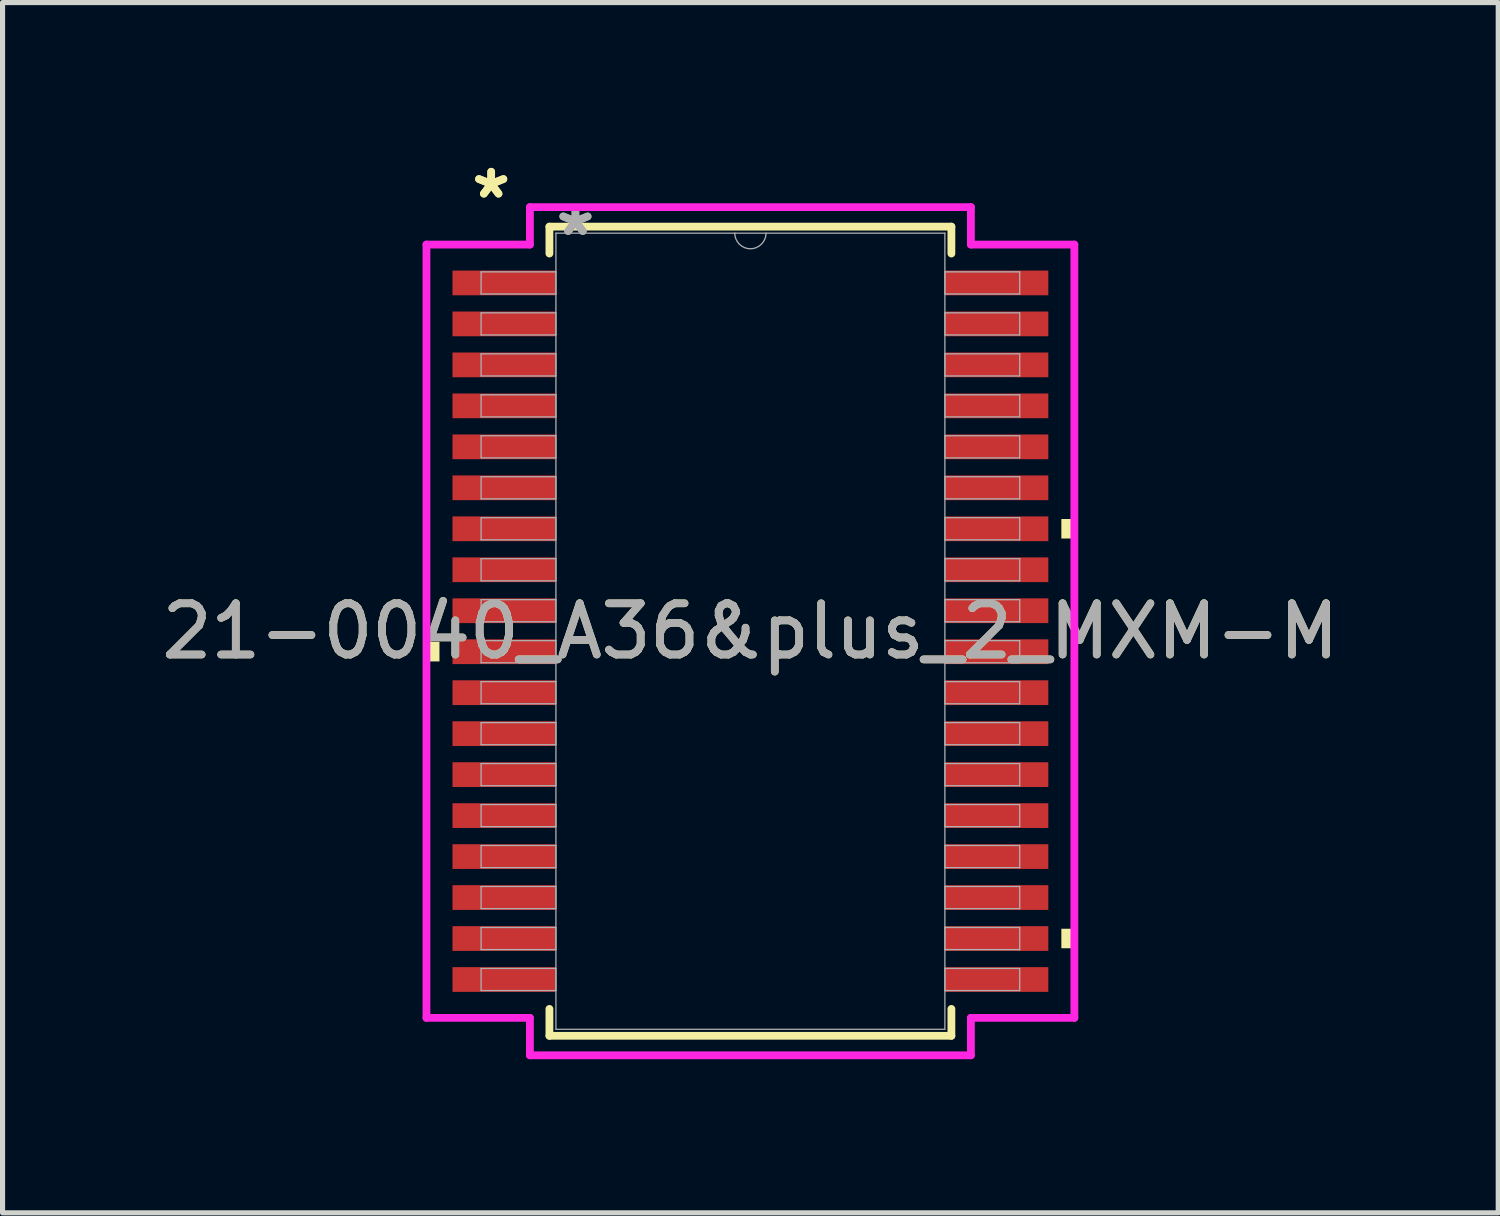
<source format=kicad_pcb>
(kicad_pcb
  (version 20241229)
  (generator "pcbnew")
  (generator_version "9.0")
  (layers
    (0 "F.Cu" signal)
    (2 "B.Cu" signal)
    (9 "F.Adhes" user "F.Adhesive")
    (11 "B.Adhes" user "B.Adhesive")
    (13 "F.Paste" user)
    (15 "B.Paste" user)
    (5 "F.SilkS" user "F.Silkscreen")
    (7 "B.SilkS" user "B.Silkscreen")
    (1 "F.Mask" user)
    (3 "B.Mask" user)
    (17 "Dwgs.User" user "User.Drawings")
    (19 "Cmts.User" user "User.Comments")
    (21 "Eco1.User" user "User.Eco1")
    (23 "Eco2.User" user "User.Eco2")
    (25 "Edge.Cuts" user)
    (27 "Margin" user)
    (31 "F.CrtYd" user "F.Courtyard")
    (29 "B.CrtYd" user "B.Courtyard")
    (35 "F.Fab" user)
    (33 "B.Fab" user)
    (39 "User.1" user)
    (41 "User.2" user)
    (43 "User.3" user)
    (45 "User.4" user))
  (footprint "21-0040_A36&plus_2_MXM-M"
    (layer "F.Cu")
    (at 11.601 9.274)
    (property "Reference" "21-0040_A36&plus_2_MXM-M" (at 0 0 0) (unlocked yes) (layer "F.SilkS") (effects (font (size 1 1) (thickness 0.15))))
    (attr smd)
    (fp_line (start -3.924 -7.899) (end -3.924 -7.374) (stroke (width 0.152) (type solid)) (layer "F.SilkS"))
    (fp_line (start -3.924 7.374) (end -3.924 7.899) (stroke (width 0.152) (type solid)) (layer "F.SilkS"))
    (fp_line (start -3.924 7.899) (end 3.924 7.899) (stroke (width 0.152) (type solid)) (layer "F.SilkS"))
    (fp_line (start 3.924 -7.899) (end -3.924 -7.899) (stroke (width 0.152) (type solid)) (layer "F.SilkS"))
    (fp_line (start 3.924 -7.374) (end 3.924 -7.899) (stroke (width 0.152) (type solid)) (layer "F.SilkS"))
    (fp_line (start 3.924 7.899) (end 3.924 7.374) (stroke (width 0.152) (type solid)) (layer "F.SilkS"))
    (fp_poly (pts (xy -6.325 0.209) (xy -6.325 0.59) (xy -6.071 0.59) (xy -6.071 0.209)) (stroke (width 0) (type solid)) (fill yes) (layer "F.SilkS"))
    (fp_poly (pts (xy 6.325 -2.191) (xy 6.325 -1.81) (xy 6.071 -1.81) (xy 6.071 -2.191)) (stroke (width 0) (type solid)) (fill yes) (layer "F.SilkS"))
    (fp_poly (pts (xy 6.325 5.809) (xy 6.325 6.19) (xy 6.071 6.19) (xy 6.071 5.809)) (stroke (width 0) (type solid)) (fill yes) (layer "F.SilkS"))
    (fp_line (start -6.325 -7.549) (end -4.305 -7.549) (stroke (width 0.152) (type solid)) (layer "F.CrtYd"))
    (fp_line (start -6.325 7.549) (end -6.325 -7.549) (stroke (width 0.152) (type solid)) (layer "F.CrtYd"))
    (fp_line (start -6.325 7.549) (end -4.305 7.549) (stroke (width 0.152) (type solid)) (layer "F.CrtYd"))
    (fp_line (start -4.305 -8.28) (end 4.305 -8.28) (stroke (width 0.152) (type solid)) (layer "F.CrtYd"))
    (fp_line (start -4.305 -7.549) (end -4.305 -8.28) (stroke (width 0.152) (type solid)) (layer "F.CrtYd"))
    (fp_line (start -4.305 8.28) (end -4.305 7.549) (stroke (width 0.152) (type solid)) (layer "F.CrtYd"))
    (fp_line (start 4.305 -8.28) (end 4.305 -7.549) (stroke (width 0.152) (type solid)) (layer "F.CrtYd"))
    (fp_line (start 4.305 7.549) (end 4.305 8.28) (stroke (width 0.152) (type solid)) (layer "F.CrtYd"))
    (fp_line (start 4.305 8.28) (end -4.305 8.28) (stroke (width 0.152) (type solid)) (layer "F.CrtYd"))
    (fp_line (start 6.325 -7.549) (end 4.305 -7.549) (stroke (width 0.152) (type solid)) (layer "F.CrtYd"))
    (fp_line (start 6.325 -7.549) (end 6.325 7.549) (stroke (width 0.152) (type solid)) (layer "F.CrtYd"))
    (fp_line (start 6.325 7.549) (end 4.305 7.549) (stroke (width 0.152) (type solid)) (layer "F.CrtYd"))
    (fp_line (start -5.258 -7.016) (end -5.258 -6.584) (stroke (width 0.025) (type solid)) (layer "F.Fab"))
    (fp_line (start -5.258 -6.584) (end -3.797 -6.584) (stroke (width 0.025) (type solid)) (layer "F.Fab"))
    (fp_line (start -5.258 -6.216) (end -5.258 -5.784) (stroke (width 0.025) (type solid)) (layer "F.Fab"))
    (fp_line (start -5.258 -5.784) (end -3.797 -5.784) (stroke (width 0.025) (type solid)) (layer "F.Fab"))
    (fp_line (start -5.258 -5.416) (end -5.258 -4.984) (stroke (width 0.025) (type solid)) (layer "F.Fab"))
    (fp_line (start -5.258 -4.984) (end -3.797 -4.984) (stroke (width 0.025) (type solid)) (layer "F.Fab"))
    (fp_line (start -5.258 -4.616) (end -5.258 -4.184) (stroke (width 0.025) (type solid)) (layer "F.Fab"))
    (fp_line (start -5.258 -4.184) (end -3.797 -4.184) (stroke (width 0.025) (type solid)) (layer "F.Fab"))
    (fp_line (start -5.258 -3.816) (end -5.258 -3.384) (stroke (width 0.025) (type solid)) (layer "F.Fab"))
    (fp_line (start -5.258 -3.384) (end -3.797 -3.384) (stroke (width 0.025) (type solid)) (layer "F.Fab"))
    (fp_line (start -5.258 -3.016) (end -5.258 -2.584) (stroke (width 0.025) (type solid)) (layer "F.Fab"))
    (fp_line (start -5.258 -2.584) (end -3.797 -2.584) (stroke (width 0.025) (type solid)) (layer "F.Fab"))
    (fp_line (start -5.258 -2.216) (end -5.258 -1.784) (stroke (width 0.025) (type solid)) (layer "F.Fab"))
    (fp_line (start -5.258 -1.784) (end -3.797 -1.784) (stroke (width 0.025) (type solid)) (layer "F.Fab"))
    (fp_line (start -5.258 -1.416) (end -5.258 -0.984) (stroke (width 0.025) (type solid)) (layer "F.Fab"))
    (fp_line (start -5.258 -0.984) (end -3.797 -0.984) (stroke (width 0.025) (type solid)) (layer "F.Fab"))
    (fp_line (start -5.258 -0.616) (end -5.258 -0.184) (stroke (width 0.025) (type solid)) (layer "F.Fab"))
    (fp_line (start -5.258 -0.184) (end -3.797 -0.184) (stroke (width 0.025) (type solid)) (layer "F.Fab"))
    (fp_line (start -5.258 0.184) (end -5.258 0.616) (stroke (width 0.025) (type solid)) (layer "F.Fab"))
    (fp_line (start -5.258 0.616) (end -3.797 0.616) (stroke (width 0.025) (type solid)) (layer "F.Fab"))
    (fp_line (start -5.258 0.984) (end -5.258 1.416) (stroke (width 0.025) (type solid)) (layer "F.Fab"))
    (fp_line (start -5.258 1.416) (end -3.797 1.416) (stroke (width 0.025) (type solid)) (layer "F.Fab"))
    (fp_line (start -5.258 1.784) (end -5.258 2.216) (stroke (width 0.025) (type solid)) (layer "F.Fab"))
    (fp_line (start -5.258 2.216) (end -3.797 2.216) (stroke (width 0.025) (type solid)) (layer "F.Fab"))
    (fp_line (start -5.258 2.584) (end -5.258 3.016) (stroke (width 0.025) (type solid)) (layer "F.Fab"))
    (fp_line (start -5.258 3.016) (end -3.797 3.016) (stroke (width 0.025) (type solid)) (layer "F.Fab"))
    (fp_line (start -5.258 3.384) (end -5.258 3.816) (stroke (width 0.025) (type solid)) (layer "F.Fab"))
    (fp_line (start -5.258 3.816) (end -3.797 3.816) (stroke (width 0.025) (type solid)) (layer "F.Fab"))
    (fp_line (start -5.258 4.184) (end -5.258 4.616) (stroke (width 0.025) (type solid)) (layer "F.Fab"))
    (fp_line (start -5.258 4.616) (end -3.797 4.616) (stroke (width 0.025) (type solid)) (layer "F.Fab"))
    (fp_line (start -5.258 4.984) (end -5.258 5.416) (stroke (width 0.025) (type solid)) (layer "F.Fab"))
    (fp_line (start -5.258 5.416) (end -3.797 5.416) (stroke (width 0.025) (type solid)) (layer "F.Fab"))
    (fp_line (start -5.258 5.784) (end -5.258 6.216) (stroke (width 0.025) (type solid)) (layer "F.Fab"))
    (fp_line (start -5.258 6.216) (end -3.797 6.216) (stroke (width 0.025) (type solid)) (layer "F.Fab"))
    (fp_line (start -5.258 6.584) (end -5.258 7.016) (stroke (width 0.025) (type solid)) (layer "F.Fab"))
    (fp_line (start -5.258 7.016) (end -3.797 7.016) (stroke (width 0.025) (type solid)) (layer "F.Fab"))
    (fp_line (start -3.797 -7.772) (end -3.797 7.772) (stroke (width 0.025) (type solid)) (layer "F.Fab"))
    (fp_line (start -3.797 -7.016) (end -5.258 -7.016) (stroke (width 0.025) (type solid)) (layer "F.Fab"))
    (fp_line (start -3.797 -6.584) (end -3.797 -7.016) (stroke (width 0.025) (type solid)) (layer "F.Fab"))
    (fp_line (start -3.797 -6.216) (end -5.258 -6.216) (stroke (width 0.025) (type solid)) (layer "F.Fab"))
    (fp_line (start -3.797 -5.784) (end -3.797 -6.216) (stroke (width 0.025) (type solid)) (layer "F.Fab"))
    (fp_line (start -3.797 -5.416) (end -5.258 -5.416) (stroke (width 0.025) (type solid)) (layer "F.Fab"))
    (fp_line (start -3.797 -4.984) (end -3.797 -5.416) (stroke (width 0.025) (type solid)) (layer "F.Fab"))
    (fp_line (start -3.797 -4.616) (end -5.258 -4.616) (stroke (width 0.025) (type solid)) (layer "F.Fab"))
    (fp_line (start -3.797 -4.184) (end -3.797 -4.616) (stroke (width 0.025) (type solid)) (layer "F.Fab"))
    (fp_line (start -3.797 -3.816) (end -5.258 -3.816) (stroke (width 0.025) (type solid)) (layer "F.Fab"))
    (fp_line (start -3.797 -3.384) (end -3.797 -3.816) (stroke (width 0.025) (type solid)) (layer "F.Fab"))
    (fp_line (start -3.797 -3.016) (end -5.258 -3.016) (stroke (width 0.025) (type solid)) (layer "F.Fab"))
    (fp_line (start -3.797 -2.584) (end -3.797 -3.016) (stroke (width 0.025) (type solid)) (layer "F.Fab"))
    (fp_line (start -3.797 -2.216) (end -5.258 -2.216) (stroke (width 0.025) (type solid)) (layer "F.Fab"))
    (fp_line (start -3.797 -1.784) (end -3.797 -2.216) (stroke (width 0.025) (type solid)) (layer "F.Fab"))
    (fp_line (start -3.797 -1.416) (end -5.258 -1.416) (stroke (width 0.025) (type solid)) (layer "F.Fab"))
    (fp_line (start -3.797 -0.984) (end -3.797 -1.416) (stroke (width 0.025) (type solid)) (layer "F.Fab"))
    (fp_line (start -3.797 -0.616) (end -5.258 -0.616) (stroke (width 0.025) (type solid)) (layer "F.Fab"))
    (fp_line (start -3.797 -0.184) (end -3.797 -0.616) (stroke (width 0.025) (type solid)) (layer "F.Fab"))
    (fp_line (start -3.797 0.184) (end -5.258 0.184) (stroke (width 0.025) (type solid)) (layer "F.Fab"))
    (fp_line (start -3.797 0.616) (end -3.797 0.184) (stroke (width 0.025) (type solid)) (layer "F.Fab"))
    (fp_line (start -3.797 0.984) (end -5.258 0.984) (stroke (width 0.025) (type solid)) (layer "F.Fab"))
    (fp_line (start -3.797 1.416) (end -3.797 0.984) (stroke (width 0.025) (type solid)) (layer "F.Fab"))
    (fp_line (start -3.797 1.784) (end -5.258 1.784) (stroke (width 0.025) (type solid)) (layer "F.Fab"))
    (fp_line (start -3.797 2.216) (end -3.797 1.784) (stroke (width 0.025) (type solid)) (layer "F.Fab"))
    (fp_line (start -3.797 2.584) (end -5.258 2.584) (stroke (width 0.025) (type solid)) (layer "F.Fab"))
    (fp_line (start -3.797 3.016) (end -3.797 2.584) (stroke (width 0.025) (type solid)) (layer "F.Fab"))
    (fp_line (start -3.797 3.384) (end -5.258 3.384) (stroke (width 0.025) (type solid)) (layer "F.Fab"))
    (fp_line (start -3.797 3.816) (end -3.797 3.384) (stroke (width 0.025) (type solid)) (layer "F.Fab"))
    (fp_line (start -3.797 4.184) (end -5.258 4.184) (stroke (width 0.025) (type solid)) (layer "F.Fab"))
    (fp_line (start -3.797 4.616) (end -3.797 4.184) (stroke (width 0.025) (type solid)) (layer "F.Fab"))
    (fp_line (start -3.797 4.984) (end -5.258 4.984) (stroke (width 0.025) (type solid)) (layer "F.Fab"))
    (fp_line (start -3.797 5.416) (end -3.797 4.984) (stroke (width 0.025) (type solid)) (layer "F.Fab"))
    (fp_line (start -3.797 5.784) (end -5.258 5.784) (stroke (width 0.025) (type solid)) (layer "F.Fab"))
    (fp_line (start -3.797 6.216) (end -3.797 5.784) (stroke (width 0.025) (type solid)) (layer "F.Fab"))
    (fp_line (start -3.797 6.584) (end -5.258 6.584) (stroke (width 0.025) (type solid)) (layer "F.Fab"))
    (fp_line (start -3.797 7.016) (end -3.797 6.584) (stroke (width 0.025) (type solid)) (layer "F.Fab"))
    (fp_line (start -3.797 7.772) (end 3.797 7.772) (stroke (width 0.025) (type solid)) (layer "F.Fab"))
    (fp_line (start 3.797 -7.772) (end -3.797 -7.772) (stroke (width 0.025) (type solid)) (layer "F.Fab"))
    (fp_line (start 3.797 -7.016) (end 3.797 -6.584) (stroke (width 0.025) (type solid)) (layer "F.Fab"))
    (fp_line (start 3.797 -6.584) (end 5.258 -6.584) (stroke (width 0.025) (type solid)) (layer "F.Fab"))
    (fp_line (start 3.797 -6.216) (end 3.797 -5.784) (stroke (width 0.025) (type solid)) (layer "F.Fab"))
    (fp_line (start 3.797 -5.784) (end 5.258 -5.784) (stroke (width 0.025) (type solid)) (layer "F.Fab"))
    (fp_line (start 3.797 -5.416) (end 3.797 -4.984) (stroke (width 0.025) (type solid)) (layer "F.Fab"))
    (fp_line (start 3.797 -4.984) (end 5.258 -4.984) (stroke (width 0.025) (type solid)) (layer "F.Fab"))
    (fp_line (start 3.797 -4.616) (end 3.797 -4.184) (stroke (width 0.025) (type solid)) (layer "F.Fab"))
    (fp_line (start 3.797 -4.184) (end 5.258 -4.184) (stroke (width 0.025) (type solid)) (layer "F.Fab"))
    (fp_line (start 3.797 -3.816) (end 3.797 -3.384) (stroke (width 0.025) (type solid)) (layer "F.Fab"))
    (fp_line (start 3.797 -3.384) (end 5.258 -3.384) (stroke (width 0.025) (type solid)) (layer "F.Fab"))
    (fp_line (start 3.797 -3.016) (end 3.797 -2.584) (stroke (width 0.025) (type solid)) (layer "F.Fab"))
    (fp_line (start 3.797 -2.584) (end 5.258 -2.584) (stroke (width 0.025) (type solid)) (layer "F.Fab"))
    (fp_line (start 3.797 -2.216) (end 3.797 -1.784) (stroke (width 0.025) (type solid)) (layer "F.Fab"))
    (fp_line (start 3.797 -1.784) (end 5.258 -1.784) (stroke (width 0.025) (type solid)) (layer "F.Fab"))
    (fp_line (start 3.797 -1.416) (end 3.797 -0.984) (stroke (width 0.025) (type solid)) (layer "F.Fab"))
    (fp_line (start 3.797 -0.984) (end 5.258 -0.984) (stroke (width 0.025) (type solid)) (layer "F.Fab"))
    (fp_line (start 3.797 -0.616) (end 3.797 -0.184) (stroke (width 0.025) (type solid)) (layer "F.Fab"))
    (fp_line (start 3.797 -0.184) (end 5.258 -0.184) (stroke (width 0.025) (type solid)) (layer "F.Fab"))
    (fp_line (start 3.797 0.184) (end 3.797 0.616) (stroke (width 0.025) (type solid)) (layer "F.Fab"))
    (fp_line (start 3.797 0.616) (end 5.258 0.616) (stroke (width 0.025) (type solid)) (layer "F.Fab"))
    (fp_line (start 3.797 0.984) (end 3.797 1.416) (stroke (width 0.025) (type solid)) (layer "F.Fab"))
    (fp_line (start 3.797 1.416) (end 5.258 1.416) (stroke (width 0.025) (type solid)) (layer "F.Fab"))
    (fp_line (start 3.797 1.784) (end 3.797 2.216) (stroke (width 0.025) (type solid)) (layer "F.Fab"))
    (fp_line (start 3.797 2.216) (end 5.258 2.216) (stroke (width 0.025) (type solid)) (layer "F.Fab"))
    (fp_line (start 3.797 2.584) (end 3.797 3.016) (stroke (width 0.025) (type solid)) (layer "F.Fab"))
    (fp_line (start 3.797 3.016) (end 5.258 3.016) (stroke (width 0.025) (type solid)) (layer "F.Fab"))
    (fp_line (start 3.797 3.384) (end 3.797 3.816) (stroke (width 0.025) (type solid)) (layer "F.Fab"))
    (fp_line (start 3.797 3.816) (end 5.258 3.816) (stroke (width 0.025) (type solid)) (layer "F.Fab"))
    (fp_line (start 3.797 4.184) (end 3.797 4.616) (stroke (width 0.025) (type solid)) (layer "F.Fab"))
    (fp_line (start 3.797 4.616) (end 5.258 4.616) (stroke (width 0.025) (type solid)) (layer "F.Fab"))
    (fp_line (start 3.797 4.984) (end 3.797 5.416) (stroke (width 0.025) (type solid)) (layer "F.Fab"))
    (fp_line (start 3.797 5.416) (end 5.258 5.416) (stroke (width 0.025) (type solid)) (layer "F.Fab"))
    (fp_line (start 3.797 5.784) (end 3.797 6.216) (stroke (width 0.025) (type solid)) (layer "F.Fab"))
    (fp_line (start 3.797 6.216) (end 5.258 6.216) (stroke (width 0.025) (type solid)) (layer "F.Fab"))
    (fp_line (start 3.797 6.584) (end 3.797 7.016) (stroke (width 0.025) (type solid)) (layer "F.Fab"))
    (fp_line (start 3.797 7.016) (end 5.258 7.016) (stroke (width 0.025) (type solid)) (layer "F.Fab"))
    (fp_line (start 3.797 7.772) (end 3.797 -7.772) (stroke (width 0.025) (type solid)) (layer "F.Fab"))
    (fp_line (start 5.258 -7.016) (end 3.797 -7.016) (stroke (width 0.025) (type solid)) (layer "F.Fab"))
    (fp_line (start 5.258 -6.584) (end 5.258 -7.016) (stroke (width 0.025) (type solid)) (layer "F.Fab"))
    (fp_line (start 5.258 -6.216) (end 3.797 -6.216) (stroke (width 0.025) (type solid)) (layer "F.Fab"))
    (fp_line (start 5.258 -5.784) (end 5.258 -6.216) (stroke (width 0.025) (type solid)) (layer "F.Fab"))
    (fp_line (start 5.258 -5.416) (end 3.797 -5.416) (stroke (width 0.025) (type solid)) (layer "F.Fab"))
    (fp_line (start 5.258 -4.984) (end 5.258 -5.416) (stroke (width 0.025) (type solid)) (layer "F.Fab"))
    (fp_line (start 5.258 -4.616) (end 3.797 -4.616) (stroke (width 0.025) (type solid)) (layer "F.Fab"))
    (fp_line (start 5.258 -4.184) (end 5.258 -4.616) (stroke (width 0.025) (type solid)) (layer "F.Fab"))
    (fp_line (start 5.258 -3.816) (end 3.797 -3.816) (stroke (width 0.025) (type solid)) (layer "F.Fab"))
    (fp_line (start 5.258 -3.384) (end 5.258 -3.816) (stroke (width 0.025) (type solid)) (layer "F.Fab"))
    (fp_line (start 5.258 -3.016) (end 3.797 -3.016) (stroke (width 0.025) (type solid)) (layer "F.Fab"))
    (fp_line (start 5.258 -2.584) (end 5.258 -3.016) (stroke (width 0.025) (type solid)) (layer "F.Fab"))
    (fp_line (start 5.258 -2.216) (end 3.797 -2.216) (stroke (width 0.025) (type solid)) (layer "F.Fab"))
    (fp_line (start 5.258 -1.784) (end 5.258 -2.216) (stroke (width 0.025) (type solid)) (layer "F.Fab"))
    (fp_line (start 5.258 -1.416) (end 3.797 -1.416) (stroke (width 0.025) (type solid)) (layer "F.Fab"))
    (fp_line (start 5.258 -0.984) (end 5.258 -1.416) (stroke (width 0.025) (type solid)) (layer "F.Fab"))
    (fp_line (start 5.258 -0.616) (end 3.797 -0.616) (stroke (width 0.025) (type solid)) (layer "F.Fab"))
    (fp_line (start 5.258 -0.184) (end 5.258 -0.616) (stroke (width 0.025) (type solid)) (layer "F.Fab"))
    (fp_line (start 5.258 0.184) (end 3.797 0.184) (stroke (width 0.025) (type solid)) (layer "F.Fab"))
    (fp_line (start 5.258 0.616) (end 5.258 0.184) (stroke (width 0.025) (type solid)) (layer "F.Fab"))
    (fp_line (start 5.258 0.984) (end 3.797 0.984) (stroke (width 0.025) (type solid)) (layer "F.Fab"))
    (fp_line (start 5.258 1.416) (end 5.258 0.984) (stroke (width 0.025) (type solid)) (layer "F.Fab"))
    (fp_line (start 5.258 1.784) (end 3.797 1.784) (stroke (width 0.025) (type solid)) (layer "F.Fab"))
    (fp_line (start 5.258 2.216) (end 5.258 1.784) (stroke (width 0.025) (type solid)) (layer "F.Fab"))
    (fp_line (start 5.258 2.584) (end 3.797 2.584) (stroke (width 0.025) (type solid)) (layer "F.Fab"))
    (fp_line (start 5.258 3.016) (end 5.258 2.584) (stroke (width 0.025) (type solid)) (layer "F.Fab"))
    (fp_line (start 5.258 3.384) (end 3.797 3.384) (stroke (width 0.025) (type solid)) (layer "F.Fab"))
    (fp_line (start 5.258 3.816) (end 5.258 3.384) (stroke (width 0.025) (type solid)) (layer "F.Fab"))
    (fp_line (start 5.258 4.184) (end 3.797 4.184) (stroke (width 0.025) (type solid)) (layer "F.Fab"))
    (fp_line (start 5.258 4.616) (end 5.258 4.184) (stroke (width 0.025) (type solid)) (layer "F.Fab"))
    (fp_line (start 5.258 4.984) (end 3.797 4.984) (stroke (width 0.025) (type solid)) (layer "F.Fab"))
    (fp_line (start 5.258 5.416) (end 5.258 4.984) (stroke (width 0.025) (type solid)) (layer "F.Fab"))
    (fp_line (start 5.258 5.784) (end 3.797 5.784) (stroke (width 0.025) (type solid)) (layer "F.Fab"))
    (fp_line (start 5.258 6.216) (end 5.258 5.784) (stroke (width 0.025) (type solid)) (layer "F.Fab"))
    (fp_line (start 5.258 6.584) (end 3.797 6.584) (stroke (width 0.025) (type solid)) (layer "F.Fab"))
    (fp_line (start 5.258 7.016) (end 5.258 6.584) (stroke (width 0.025) (type solid)) (layer "F.Fab"))
    (fp_arc (start 0.3048 -7.7724) (mid 0 -7.4676) (end -0.3048 -7.7724) (stroke (width 0.0254) (type solid)) (layer "F.Fab"))
    (fp_text user "*" (at -5.061 -8.426 0) (layer "F.SilkS") (effects (font (size 1 1) (thickness 0.15))))
    (fp_text user "*" (at -5.061 -8.426 0) (unlocked yes) (layer "F.SilkS") (effects (font (size 1 1) (thickness 0.15))))
    (fp_text user "*" (at -3.416 -7.696 0) (layer "F.Fab") (effects (font (size 1 1) (thickness 0.15))))
    (fp_text user "*" (at -3.416 -7.696 0) (unlocked yes) (layer "F.Fab") (effects (font (size 1 1) (thickness 0.15))))
    (fp_text user "${REFERENCE}" (at 0 0 0) (unlocked yes) (layer "F.Fab") (effects (font (size 1 1) (thickness 0.15))))
    (pad "1" smd rect (at -4.807 -6.8) (size 2.019 0.483) (layers "F.Cu" "F.Mask" "F.Paste"))
    (pad "2" smd rect (at -4.807 -6) (size 2.019 0.483) (layers "F.Cu" "F.Mask" "F.Paste"))
    (pad "3" smd rect (at -4.807 -5.2) (size 2.019 0.483) (layers "F.Cu" "F.Mask" "F.Paste"))
    (pad "4" smd rect (at -4.807 -4.4) (size 2.019 0.483) (layers "F.Cu" "F.Mask" "F.Paste"))
    (pad "5" smd rect (at -4.807 -3.6) (size 2.019 0.483) (layers "F.Cu" "F.Mask" "F.Paste"))
    (pad "6" smd rect (at -4.807 -2.8) (size 2.019 0.483) (layers "F.Cu" "F.Mask" "F.Paste"))
    (pad "7" smd rect (at -4.807 -2) (size 2.019 0.483) (layers "F.Cu" "F.Mask" "F.Paste"))
    (pad "8" smd rect (at -4.807 -1.2) (size 2.019 0.483) (layers "F.Cu" "F.Mask" "F.Paste"))
    (pad "9" smd rect (at -4.807 -0.4) (size 2.019 0.483) (layers "F.Cu" "F.Mask" "F.Paste"))
    (pad "10" smd rect (at -4.807 0.4) (size 2.019 0.483) (layers "F.Cu" "F.Mask" "F.Paste"))
    (pad "11" smd rect (at -4.807 1.2) (size 2.019 0.483) (layers "F.Cu" "F.Mask" "F.Paste"))
    (pad "12" smd rect (at -4.807 2) (size 2.019 0.483) (layers "F.Cu" "F.Mask" "F.Paste"))
    (pad "13" smd rect (at -4.807 2.8) (size 2.019 0.483) (layers "F.Cu" "F.Mask" "F.Paste"))
    (pad "14" smd rect (at -4.807 3.6) (size 2.019 0.483) (layers "F.Cu" "F.Mask" "F.Paste"))
    (pad "15" smd rect (at -4.807 4.4) (size 2.019 0.483) (layers "F.Cu" "F.Mask" "F.Paste"))
    (pad "16" smd rect (at -4.807 5.2) (size 2.019 0.483) (layers "F.Cu" "F.Mask" "F.Paste"))
    (pad "17" smd rect (at -4.807 6) (size 2.019 0.483) (layers "F.Cu" "F.Mask" "F.Paste"))
    (pad "18" smd rect (at -4.807 6.8) (size 2.019 0.483) (layers "F.Cu" "F.Mask" "F.Paste"))
    (pad "19" smd rect (at 4.807 6.8) (size 2.019 0.483) (layers "F.Cu" "F.Mask" "F.Paste"))
    (pad "20" smd rect (at 4.807 6) (size 2.019 0.483) (layers "F.Cu" "F.Mask" "F.Paste"))
    (pad "21" smd rect (at 4.807 5.2) (size 2.019 0.483) (layers "F.Cu" "F.Mask" "F.Paste"))
    (pad "22" smd rect (at 4.807 4.4) (size 2.019 0.483) (layers "F.Cu" "F.Mask" "F.Paste"))
    (pad "23" smd rect (at 4.807 3.6) (size 2.019 0.483) (layers "F.Cu" "F.Mask" "F.Paste"))
    (pad "24" smd rect (at 4.807 2.8) (size 2.019 0.483) (layers "F.Cu" "F.Mask" "F.Paste"))
    (pad "25" smd rect (at 4.807 2) (size 2.019 0.483) (layers "F.Cu" "F.Mask" "F.Paste"))
    (pad "26" smd rect (at 4.807 1.2) (size 2.019 0.483) (layers "F.Cu" "F.Mask" "F.Paste"))
    (pad "27" smd rect (at 4.807 0.4) (size 2.019 0.483) (layers "F.Cu" "F.Mask" "F.Paste"))
    (pad "28" smd rect (at 4.807 -0.4) (size 2.019 0.483) (layers "F.Cu" "F.Mask" "F.Paste"))
    (pad "29" smd rect (at 4.807 -1.2) (size 2.019 0.483) (layers "F.Cu" "F.Mask" "F.Paste"))
    (pad "30" smd rect (at 4.807 -2) (size 2.019 0.483) (layers "F.Cu" "F.Mask" "F.Paste"))
    (pad "31" smd rect (at 4.807 -2.8) (size 2.019 0.483) (layers "F.Cu" "F.Mask" "F.Paste"))
    (pad "32" smd rect (at 4.807 -3.6) (size 2.019 0.483) (layers "F.Cu" "F.Mask" "F.Paste"))
    (pad "33" smd rect (at 4.807 -4.4) (size 2.019 0.483) (layers "F.Cu" "F.Mask" "F.Paste"))
    (pad "34" smd rect (at 4.807 -5.2) (size 2.019 0.483) (layers "F.Cu" "F.Mask" "F.Paste"))
    (pad "35" smd rect (at 4.807 -6) (size 2.019 0.483) (layers "F.Cu" "F.Mask" "F.Paste"))
    (pad "36" smd rect (at 4.807 -6.8) (size 2.019 0.483) (layers "F.Cu" "F.Mask" "F.Paste")))
  (gr_rect
    (start -3 -3)
    (end 26.202 20.63)
    (stroke (width 0.1) (type default))
    (fill no)
    (layer "Edge.Cuts")))
</source>
